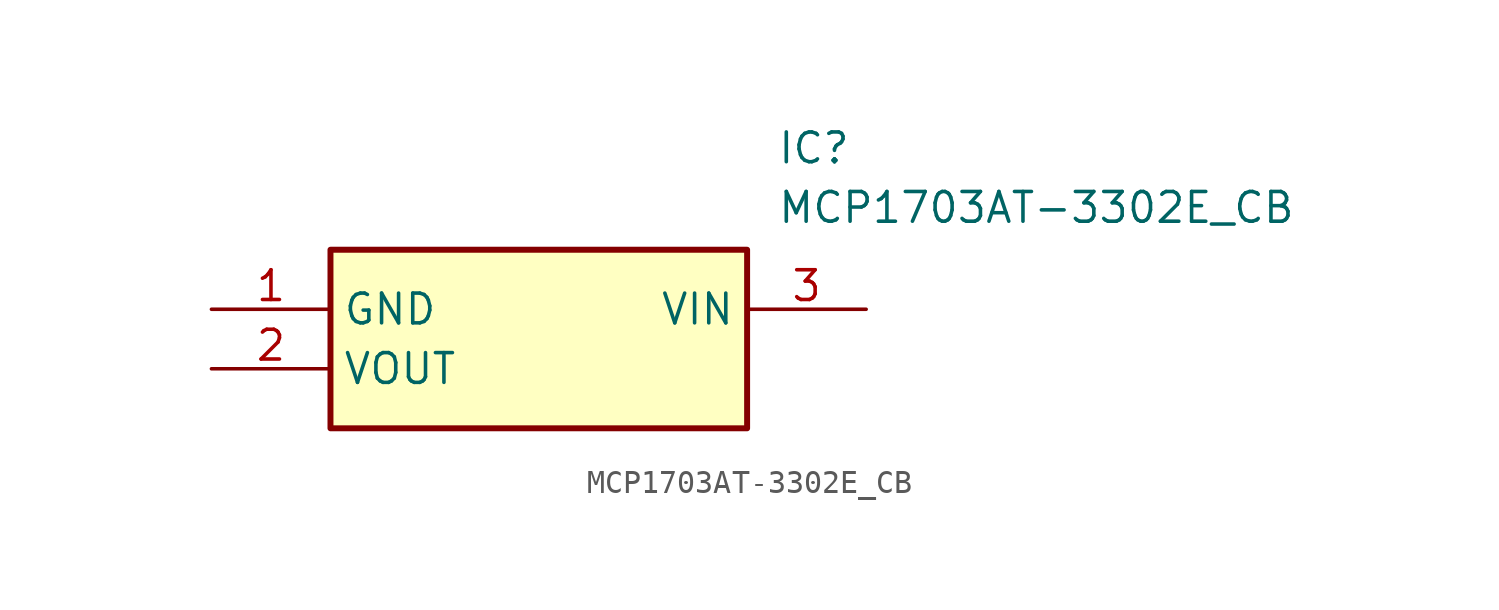
<source format=kicad_sym>
(kicad_symbol_lib
  (version 20211014)
  (generator SamacSys_ECAD_Model)
  (symbol "MCP1703AT-3302E_CB"
    (property "Reference" "IC"
      (at 24.13 7.62 0)
      (effects (font (size 1.27 1.27)) (justify left top)))
    (property "Value" "MCP1703AT-3302E_CB"
      (at 24.13 5.08 0)
      (effects (font (size 1.27 1.27)) (justify left top)))
    (rectangle
      (start 5.08 2.54)
      (end 22.86 -5.08)
      (stroke (width 0.254) (type default))
      (fill (type background)))
    (pin passive line
      (at 0 0 0)
      (length 5.08)
      (name "GND" (effects (font (size 1.27 1.27))))
      (number "1" (effects (font (size 1.27 1.27)))))
    (pin passive line
      (at 0 -2.54 0)
      (length 5.08)
      (name "VOUT" (effects (font (size 1.27 1.27))))
      (number "2" (effects (font (size 1.27 1.27)))))
    (pin passive line
      (at 27.94 0 180)
      (length 5.08)
      (name "VIN" (effects (font (size 1.27 1.27))))
      (number "3" (effects (font (size 1.27 1.27)))))))
</source>
